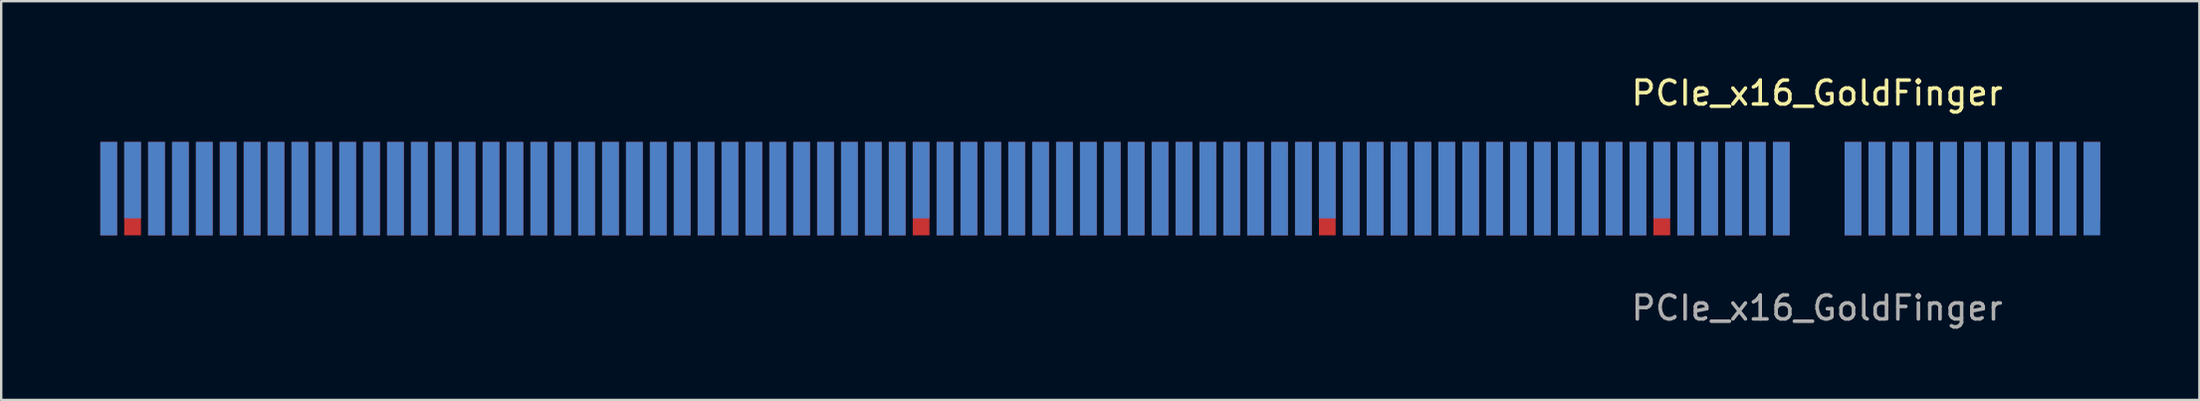
<source format=kicad_pcb>
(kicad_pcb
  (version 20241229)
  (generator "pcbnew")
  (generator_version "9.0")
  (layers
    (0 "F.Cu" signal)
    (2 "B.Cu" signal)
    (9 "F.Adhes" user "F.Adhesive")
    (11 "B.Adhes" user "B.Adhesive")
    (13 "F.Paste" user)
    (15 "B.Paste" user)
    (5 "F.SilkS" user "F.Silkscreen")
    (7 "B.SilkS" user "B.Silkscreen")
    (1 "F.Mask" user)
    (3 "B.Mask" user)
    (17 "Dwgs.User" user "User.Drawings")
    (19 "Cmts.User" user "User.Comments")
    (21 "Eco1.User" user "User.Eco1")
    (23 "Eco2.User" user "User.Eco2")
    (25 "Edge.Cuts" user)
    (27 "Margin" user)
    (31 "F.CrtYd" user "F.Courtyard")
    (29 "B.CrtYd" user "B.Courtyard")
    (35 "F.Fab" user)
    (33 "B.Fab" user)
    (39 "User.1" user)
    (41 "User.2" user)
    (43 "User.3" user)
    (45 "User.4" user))
  (footprint "PCIe_x16_GoldFinger"
    (layer "F.Cu")
    (at 73 6.848)
    (property "Reference" "PCIe_x16_GoldFinger" (at 0 -6 0) (unlocked yes) (layer "F.SilkS") (effects (font (size 1 1) (thickness 0.15))))
    (attr smd)
    (fp_text user "${REFERENCE}" (at 0 3 0) (unlocked yes) (layer "F.Fab") (effects (font (size 1 1) (thickness 0.15))))
    (pad "A1" smd rect (at 11.5 -2.355) (size 0.7 3.2) (layers "F.Cu" "F.Mask"))
    (pad "A2" smd rect (at 10.5 -2) (size 0.7 3.91) (layers "F.Cu" "F.Mask"))
    (pad "A3" smd rect (at 9.5 -2) (size 0.7 3.91) (layers "F.Cu" "F.Mask"))
    (pad "A4" smd rect (at 8.5 -2) (size 0.7 3.91) (layers "F.Cu" "F.Mask"))
    (pad "A5" smd rect (at 7.5 -2) (size 0.7 3.91) (layers "F.Cu" "F.Mask"))
    (pad "A6" smd rect (at 6.5 -2) (size 0.7 3.91) (layers "F.Cu" "F.Mask"))
    (pad "A7" smd rect (at 5.5 -2) (size 0.7 3.91) (layers "F.Cu" "F.Mask"))
    (pad "A8" smd rect (at 4.5 -2) (size 0.7 3.91) (layers "F.Cu" "F.Mask"))
    (pad "A9" smd rect (at 3.5 -2) (size 0.7 3.91) (layers "F.Cu" "F.Mask"))
    (pad "A10" smd rect (at 2.5 -2) (size 0.7 3.91) (layers "F.Cu" "F.Mask"))
    (pad "A11" smd rect (at 1.5 -2) (size 0.7 3.91) (layers "F.Cu" "F.Mask"))
    (pad "A12" smd rect (at -1.5 -2) (size 0.7 3.91) (layers "F.Cu" "F.Mask"))
    (pad "A13" smd rect (at -2.5 -2) (size 0.7 3.91) (layers "F.Cu" "F.Mask"))
    (pad "A14" smd rect (at -3.5 -2) (size 0.7 3.91) (layers "F.Cu" "F.Mask"))
    (pad "A15" smd rect (at -4.5 -2) (size 0.7 3.91) (layers "F.Cu" "F.Mask"))
    (pad "A16" smd rect (at -5.5 -2) (size 0.7 3.91) (layers "F.Cu" "F.Mask"))
    (pad "A17" smd rect (at -6.5 -2) (size 0.7 3.91) (layers "F.Cu" "F.Mask"))
    (pad "A18" smd rect (at -7.5 -2) (size 0.7 3.91) (layers "F.Cu" "F.Mask"))
    (pad "A19" smd rect (at -8.5 -2) (size 0.7 3.91) (layers "F.Cu" "F.Mask"))
    (pad "A20" smd rect (at -9.5 -2) (size 0.7 3.91) (layers "F.Cu" "F.Mask"))
    (pad "A21" smd rect (at -10.5 -2) (size 0.7 3.91) (layers "F.Cu" "F.Mask"))
    (pad "A22" smd rect (at -11.5 -2) (size 0.7 3.91) (layers "F.Cu" "F.Mask"))
    (pad "A23" smd rect (at -12.5 -2) (size 0.7 3.91) (layers "F.Cu" "F.Mask"))
    (pad "A24" smd rect (at -13.5 -2) (size 0.7 3.91) (layers "F.Cu" "F.Mask"))
    (pad "A25" smd rect (at -14.5 -2) (size 0.7 3.91) (layers "F.Cu" "F.Mask"))
    (pad "A26" smd rect (at -15.5 -2) (size 0.7 3.91) (layers "F.Cu" "F.Mask"))
    (pad "A27" smd rect (at -16.5 -2) (size 0.7 3.91) (layers "F.Cu" "F.Mask"))
    (pad "A28" smd rect (at -17.5 -2) (size 0.7 3.91) (layers "F.Cu" "F.Mask"))
    (pad "A29" smd rect (at -18.5 -2) (size 0.7 3.91) (layers "F.Cu" "F.Mask"))
    (pad "A30" smd rect (at -19.5 -2) (size 0.7 3.91) (layers "F.Cu" "F.Mask"))
    (pad "A31" smd rect (at -20.5 -2) (size 0.7 3.91) (layers "F.Cu" "F.Mask"))
    (pad "A32" smd rect (at -21.5 -2) (size 0.7 3.91) (layers "F.Cu" "F.Mask"))
    (pad "A33" smd rect (at -22.5 -2) (size 0.7 3.91) (layers "F.Cu" "F.Mask"))
    (pad "A34" smd rect (at -23.5 -2) (size 0.7 3.91) (layers "F.Cu" "F.Mask"))
    (pad "A35" smd rect (at -24.5 -2) (size 0.7 3.91) (layers "F.Cu" "F.Mask"))
    (pad "A36" smd rect (at -25.5 -2) (size 0.7 3.91) (layers "F.Cu" "F.Mask"))
    (pad "A37" smd rect (at -26.5 -2) (size 0.7 3.91) (layers "F.Cu" "F.Mask"))
    (pad "A38" smd rect (at -27.5 -2) (size 0.7 3.91) (layers "F.Cu" "F.Mask"))
    (pad "A39" smd rect (at -28.5 -2) (size 0.7 3.91) (layers "F.Cu" "F.Mask"))
    (pad "A40" smd rect (at -29.5 -2) (size 0.7 3.91) (layers "F.Cu" "F.Mask"))
    (pad "A41" smd rect (at -30.5 -2) (size 0.7 3.91) (layers "F.Cu" "F.Mask"))
    (pad "A42" smd rect (at -31.5 -2) (size 0.7 3.91) (layers "F.Cu" "F.Mask"))
    (pad "A43" smd rect (at -32.5 -2) (size 0.7 3.91) (layers "F.Cu" "F.Mask"))
    (pad "A44" smd rect (at -33.5 -2) (size 0.7 3.91) (layers "F.Cu" "F.Mask"))
    (pad "A45" smd rect (at -34.5 -2) (size 0.7 3.91) (layers "F.Cu" "F.Mask"))
    (pad "A46" smd rect (at -35.5 -2) (size 0.7 3.91) (layers "F.Cu" "F.Mask"))
    (pad "A47" smd rect (at -36.5 -2) (size 0.7 3.91) (layers "F.Cu" "F.Mask"))
    (pad "A48" smd rect (at -37.5 -2) (size 0.7 3.91) (layers "F.Cu" "F.Mask"))
    (pad "A49" smd rect (at -38.5 -2) (size 0.7 3.91) (layers "F.Cu" "F.Mask"))
    (pad "A50" smd rect (at -39.5 -2) (size 0.7 3.91) (layers "F.Cu" "F.Mask"))
    (pad "A51" smd rect (at -40.5 -2) (size 0.7 3.91) (layers "F.Cu" "F.Mask"))
    (pad "A52" smd rect (at -41.5 -2) (size 0.7 3.91) (layers "F.Cu" "F.Mask"))
    (pad "A53" smd rect (at -42.5 -2) (size 0.7 3.91) (layers "F.Cu" "F.Mask"))
    (pad "A54" smd rect (at -43.5 -2) (size 0.7 3.91) (layers "F.Cu" "F.Mask"))
    (pad "A55" smd rect (at -44.5 -2) (size 0.7 3.91) (layers "F.Cu" "F.Mask"))
    (pad "A56" smd rect (at -45.5 -2) (size 0.7 3.91) (layers "F.Cu" "F.Mask"))
    (pad "A57" smd rect (at -46.5 -2) (size 0.7 3.91) (layers "F.Cu" "F.Mask"))
    (pad "A58" smd rect (at -47.5 -2) (size 0.7 3.91) (layers "F.Cu" "F.Mask"))
    (pad "A59" smd rect (at -48.5 -2) (size 0.7 3.91) (layers "F.Cu" "F.Mask"))
    (pad "A60" smd rect (at -49.5 -2) (size 0.7 3.91) (layers "F.Cu" "F.Mask"))
    (pad "A61" smd rect (at -50.5 -2) (size 0.7 3.91) (layers "F.Cu" "F.Mask"))
    (pad "A62" smd rect (at -51.5 -2) (size 0.7 3.91) (layers "F.Cu" "F.Mask"))
    (pad "A63" smd rect (at -52.5 -2) (size 0.7 3.91) (layers "F.Cu" "F.Mask"))
    (pad "A64" smd rect (at -53.5 -2) (size 0.7 3.91) (layers "F.Cu" "F.Mask"))
    (pad "A65" smd rect (at -54.5 -2) (size 0.7 3.91) (layers "F.Cu" "F.Mask"))
    (pad "A66" smd rect (at -55.5 -2) (size 0.7 3.91) (layers "F.Cu" "F.Mask"))
    (pad "A67" smd rect (at -56.5 -2) (size 0.7 3.91) (layers "F.Cu" "F.Mask"))
    (pad "A68" smd rect (at -57.5 -2) (size 0.7 3.91) (layers "F.Cu" "F.Mask"))
    (pad "A69" smd rect (at -58.5 -2) (size 0.7 3.91) (layers "F.Cu" "F.Mask"))
    (pad "A70" smd rect (at -59.5 -2) (size 0.7 3.91) (layers "F.Cu" "F.Mask"))
    (pad "A71" smd rect (at -60.5 -2) (size 0.7 3.91) (layers "F.Cu" "F.Mask"))
    (pad "A72" smd rect (at -61.5 -2) (size 0.7 3.91) (layers "F.Cu" "F.Mask"))
    (pad "A73" smd rect (at -62.5 -2) (size 0.7 3.91) (layers "F.Cu" "F.Mask"))
    (pad "A74" smd rect (at -63.5 -2) (size 0.7 3.91) (layers "F.Cu" "F.Mask"))
    (pad "A75" smd rect (at -64.5 -2) (size 0.7 3.91) (layers "F.Cu" "F.Mask"))
    (pad "A76" smd rect (at -65.5 -2) (size 0.7 3.91) (layers "F.Cu" "F.Mask"))
    (pad "A77" smd rect (at -66.5 -2) (size 0.7 3.91) (layers "F.Cu" "F.Mask"))
    (pad "A78" smd rect (at -67.5 -2) (size 0.7 3.91) (layers "F.Cu" "F.Mask"))
    (pad "A79" smd rect (at -68.5 -2) (size 0.7 3.91) (layers "F.Cu" "F.Mask"))
    (pad "A80" smd rect (at -69.5 -2) (size 0.7 3.91) (layers "F.Cu" "F.Mask"))
    (pad "A81" smd rect (at -70.5 -2) (size 0.7 3.91) (layers "F.Cu" "F.Mask"))
    (pad "A82" smd rect (at -71.5 -2) (size 0.7 3.91) (layers "F.Cu" "F.Mask"))
    (pad "B1" smd rect (at 11.5 -2) (size 0.7 3.91) (layers "B.Cu" "B.Mask"))
    (pad "B2" smd rect (at 10.5 -2) (size 0.7 3.91) (layers "B.Cu" "B.Mask"))
    (pad "B3" smd rect (at 9.5 -2) (size 0.7 3.91) (layers "B.Cu" "B.Mask"))
    (pad "B4" smd rect (at 8.5 -2) (size 0.7 3.91) (layers "B.Cu" "B.Mask"))
    (pad "B5" smd rect (at 7.5 -2) (size 0.7 3.91) (layers "B.Cu" "B.Mask"))
    (pad "B6" smd rect (at 6.5 -2) (size 0.7 3.91) (layers "B.Cu" "B.Mask"))
    (pad "B7" smd rect (at 5.5 -2) (size 0.7 3.91) (layers "B.Cu" "B.Mask"))
    (pad "B8" smd rect (at 4.5 -2) (size 0.7 3.91) (layers "B.Cu" "B.Mask"))
    (pad "B9" smd rect (at 3.5 -2) (size 0.7 3.91) (layers "B.Cu" "B.Mask"))
    (pad "B10" smd rect (at 2.5 -2) (size 0.7 3.91) (layers "B.Cu" "B.Mask"))
    (pad "B11" smd rect (at 1.5 -2) (size 0.7 3.91) (layers "B.Cu" "B.Mask"))
    (pad "B12" smd rect (at -1.5 -2) (size 0.7 3.91) (layers "B.Cu" "B.Mask"))
    (pad "B13" smd rect (at -2.5 -2) (size 0.7 3.91) (layers "B.Cu" "B.Mask"))
    (pad "B14" smd rect (at -3.5 -2) (size 0.7 3.91) (layers "B.Cu" "B.Mask"))
    (pad "B15" smd rect (at -4.5 -2) (size 0.7 3.91) (layers "B.Cu" "B.Mask"))
    (pad "B16" smd rect (at -5.5 -2) (size 0.7 3.91) (layers "B.Cu" "B.Mask"))
    (pad "B17" smd rect (at -6.5 -2.355) (size 0.7 3.2) (layers "B.Cu" "B.Mask"))
    (pad "B18" smd rect (at -7.5 -2) (size 0.7 3.91) (layers "B.Cu" "B.Mask"))
    (pad "B19" smd rect (at -8.5 -2) (size 0.7 3.91) (layers "B.Cu" "B.Mask"))
    (pad "B20" smd rect (at -9.5 -2) (size 0.7 3.91) (layers "B.Cu" "B.Mask"))
    (pad "B21" smd rect (at -10.5 -2) (size 0.7 3.91) (layers "B.Cu" "B.Mask"))
    (pad "B22" smd rect (at -11.5 -2) (size 0.7 3.91) (layers "B.Cu" "B.Mask"))
    (pad "B23" smd rect (at -12.5 -2) (size 0.7 3.91) (layers "B.Cu" "B.Mask"))
    (pad "B24" smd rect (at -13.5 -2) (size 0.7 3.91) (layers "B.Cu" "B.Mask"))
    (pad "B25" smd rect (at -14.5 -2) (size 0.7 3.91) (layers "B.Cu" "B.Mask"))
    (pad "B26" smd rect (at -15.5 -2) (size 0.7 3.91) (layers "B.Cu" "B.Mask"))
    (pad "B27" smd rect (at -16.5 -2) (size 0.7 3.91) (layers "B.Cu" "B.Mask"))
    (pad "B28" smd rect (at -17.5 -2) (size 0.7 3.91) (layers "B.Cu" "B.Mask"))
    (pad "B29" smd rect (at -18.5 -2) (size 0.7 3.91) (layers "B.Cu" "B.Mask"))
    (pad "B30" smd rect (at -19.5 -2) (size 0.7 3.91) (layers "B.Cu" "B.Mask"))
    (pad "B31" smd rect (at -20.5 -2.355) (size 0.7 3.2) (layers "B.Cu" "B.Mask"))
    (pad "B32" smd rect (at -21.5 -2) (size 0.7 3.91) (layers "B.Cu" "B.Mask"))
    (pad "B33" smd rect (at -22.5 -2) (size 0.7 3.91) (layers "B.Cu" "B.Mask"))
    (pad "B34" smd rect (at -23.5 -2) (size 0.7 3.91) (layers "B.Cu" "B.Mask"))
    (pad "B35" smd rect (at -24.5 -2) (size 0.7 3.91) (layers "B.Cu" "B.Mask"))
    (pad "B36" smd rect (at -25.5 -2) (size 0.7 3.91) (layers "B.Cu" "B.Mask"))
    (pad "B37" smd rect (at -26.5 -2) (size 0.7 3.91) (layers "B.Cu" "B.Mask"))
    (pad "B38" smd rect (at -27.5 -2) (size 0.7 3.91) (layers "B.Cu" "B.Mask"))
    (pad "B39" smd rect (at -28.5 -2) (size 0.7 3.91) (layers "B.Cu" "B.Mask"))
    (pad "B40" smd rect (at -29.5 -2) (size 0.7 3.91) (layers "B.Cu" "B.Mask"))
    (pad "B41" smd rect (at -30.5 -2) (size 0.7 3.91) (layers "B.Cu" "B.Mask"))
    (pad "B42" smd rect (at -31.5 -2) (size 0.7 3.91) (layers "B.Cu" "B.Mask"))
    (pad "B43" smd rect (at -32.5 -2) (size 0.7 3.91) (layers "B.Cu" "B.Mask"))
    (pad "B44" smd rect (at -33.5 -2) (size 0.7 3.91) (layers "B.Cu" "B.Mask"))
    (pad "B45" smd rect (at -34.5 -2) (size 0.7 3.91) (layers "B.Cu" "B.Mask"))
    (pad "B46" smd rect (at -35.5 -2) (size 0.7 3.91) (layers "B.Cu" "B.Mask"))
    (pad "B47" smd rect (at -36.5 -2) (size 0.7 3.91) (layers "B.Cu" "B.Mask"))
    (pad "B48" smd rect (at -37.5 -2.355) (size 0.7 3.2) (layers "B.Cu" "B.Mask"))
    (pad "B49" smd rect (at -38.5 -2) (size 0.7 3.91) (layers "B.Cu" "B.Mask"))
    (pad "B50" smd rect (at -39.5 -2) (size 0.7 3.91) (layers "B.Cu" "B.Mask"))
    (pad "B51" smd rect (at -40.5 -2) (size 0.7 3.91) (layers "B.Cu" "B.Mask"))
    (pad "B52" smd rect (at -41.5 -2) (size 0.7 3.91) (layers "B.Cu" "B.Mask"))
    (pad "B53" smd rect (at -42.5 -2) (size 0.7 3.91) (layers "B.Cu" "B.Mask"))
    (pad "B54" smd rect (at -43.5 -2) (size 0.7 3.91) (layers "B.Cu" "B.Mask"))
    (pad "B55" smd rect (at -44.5 -2) (size 0.7 3.91) (layers "B.Cu" "B.Mask"))
    (pad "B56" smd rect (at -45.5 -2) (size 0.7 3.91) (layers "B.Cu" "B.Mask"))
    (pad "B57" smd rect (at -46.5 -2) (size 0.7 3.91) (layers "B.Cu" "B.Mask"))
    (pad "B58" smd rect (at -47.5 -2) (size 0.7 3.91) (layers "B.Cu" "B.Mask"))
    (pad "B59" smd rect (at -48.5 -2) (size 0.7 3.91) (layers "B.Cu" "B.Mask"))
    (pad "B60" smd rect (at -49.5 -2) (size 0.7 3.91) (layers "B.Cu" "B.Mask"))
    (pad "B61" smd rect (at -50.5 -2) (size 0.7 3.91) (layers "B.Cu" "B.Mask"))
    (pad "B62" smd rect (at -51.5 -2) (size 0.7 3.91) (layers "B.Cu" "B.Mask"))
    (pad "B63" smd rect (at -52.5 -2) (size 0.7 3.91) (layers "B.Cu" "B.Mask"))
    (pad "B64" smd rect (at -53.5 -2) (size 0.7 3.91) (layers "B.Cu" "B.Mask"))
    (pad "B65" smd rect (at -54.5 -2) (size 0.7 3.91) (layers "B.Cu" "B.Mask"))
    (pad "B66" smd rect (at -55.5 -2) (size 0.7 3.91) (layers "B.Cu" "B.Mask"))
    (pad "B67" smd rect (at -56.5 -2) (size 0.7 3.91) (layers "B.Cu" "B.Mask"))
    (pad "B68" smd rect (at -57.5 -2) (size 0.7 3.91) (layers "B.Cu" "B.Mask"))
    (pad "B69" smd rect (at -58.5 -2) (size 0.7 3.91) (layers "B.Cu" "B.Mask"))
    (pad "B70" smd rect (at -59.5 -2) (size 0.7 3.91) (layers "B.Cu" "B.Mask"))
    (pad "B71" smd rect (at -60.5 -2) (size 0.7 3.91) (layers "B.Cu" "B.Mask"))
    (pad "B72" smd rect (at -61.5 -2) (size 0.7 3.91) (layers "B.Cu" "B.Mask"))
    (pad "B73" smd rect (at -62.5 -2) (size 0.7 3.91) (layers "B.Cu" "B.Mask"))
    (pad "B74" smd rect (at -63.5 -2) (size 0.7 3.91) (layers "B.Cu" "B.Mask"))
    (pad "B75" smd rect (at -64.5 -2) (size 0.7 3.91) (layers "B.Cu" "B.Mask"))
    (pad "B76" smd rect (at -65.5 -2) (size 0.7 3.91) (layers "B.Cu" "B.Mask"))
    (pad "B77" smd rect (at -66.5 -2) (size 0.7 3.91) (layers "B.Cu" "B.Mask"))
    (pad "B78" smd rect (at -67.5 -2) (size 0.7 3.91) (layers "B.Cu" "B.Mask"))
    (pad "B79" smd rect (at -68.5 -2) (size 0.7 3.91) (layers "B.Cu" "B.Mask"))
    (pad "B80" smd rect (at -69.5 -2) (size 0.7 3.91) (layers "B.Cu" "B.Mask"))
    (pad "B81" smd rect (at -70.5 -2.355) (size 0.7 3.2) (layers "B.Cu" "B.Mask"))
    (pad "B82" smd rect (at -71.5 -2) (size 0.7 3.91) (layers "B.Cu" "B.Mask"))
    (zone (net_name "") (layers "F.Cu" "F.Mask" "B.Cu" "B.Mask" "F.SilkS" "B.SilkS" "F.Adhes" "B.Adhes" "F.Paste" "B.Paste") (name "Goldfinger") (hatch full 0.508) (connect_pads) (min_thickness 0.254) (filled_areas_thickness no) (keepout (tracks allowed) (vias not_allowed) (pads not_allowed) (copperpour not_allowed) (footprints not_allowed)) (placement (enabled no)) (fill) (polygon (pts (xy 86 8.348) (xy 0 8.348) (xy 0 2.848) (xy 86 2.848)))))
  (gr_rect
    (start -3 -3)
    (end 89 13.697)
    (stroke (width 0.1) (type default))
    (fill no)
    (layer "Edge.Cuts")))
</source>
